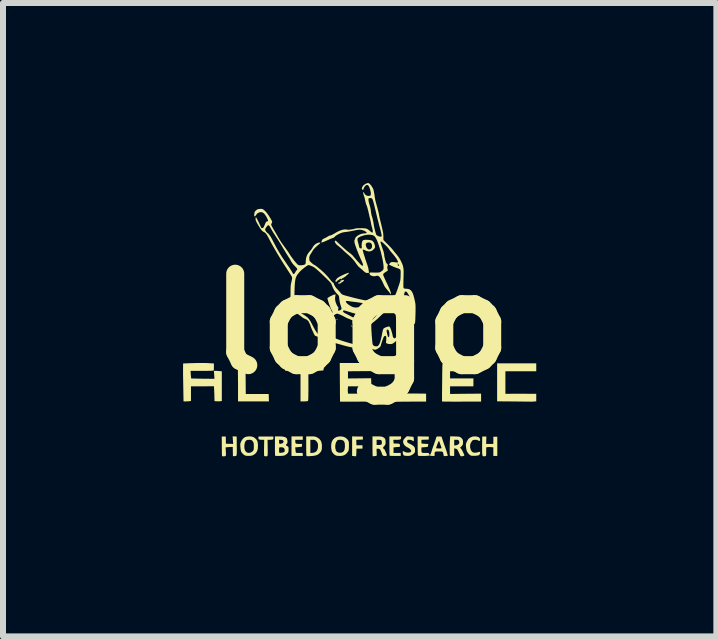
<source format=kicad_pcb>
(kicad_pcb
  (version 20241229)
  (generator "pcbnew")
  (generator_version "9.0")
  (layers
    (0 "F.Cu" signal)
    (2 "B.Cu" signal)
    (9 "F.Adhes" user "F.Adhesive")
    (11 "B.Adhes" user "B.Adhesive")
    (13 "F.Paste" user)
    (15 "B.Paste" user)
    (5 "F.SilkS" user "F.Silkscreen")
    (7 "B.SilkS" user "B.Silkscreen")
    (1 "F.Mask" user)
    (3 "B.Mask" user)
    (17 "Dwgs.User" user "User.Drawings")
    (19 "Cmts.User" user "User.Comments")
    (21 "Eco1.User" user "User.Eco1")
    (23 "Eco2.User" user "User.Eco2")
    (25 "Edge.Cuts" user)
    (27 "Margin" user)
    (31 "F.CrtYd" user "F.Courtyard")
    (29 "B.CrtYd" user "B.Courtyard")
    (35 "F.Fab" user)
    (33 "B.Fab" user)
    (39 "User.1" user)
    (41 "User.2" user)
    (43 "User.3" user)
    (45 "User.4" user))
  (footprint "logo"
    (layer "F.Cu")
    (at 2.974 2.345)
    (property "Reference" "logo" (at 0 0 0) (layer "F.SilkS") (effects (font (size 1.524 1.524) (thickness 0.3))))
    (attr board_only exclude_from_pos_files exclude_from_bom)
    (fp_poly (pts (xy -0.128 0.077) (xy -0.127 0.085) (xy -0.128 0.086) (xy -0.131 0.085) (xy -0.132 0.082) (xy -0.129 0.076)) (stroke (width 0) (type solid)) (fill yes) (layer "F.SilkS"))
    (fp_poly (pts (xy -0.401 -0.072) (xy -0.398 -0.069) (xy -0.4 -0.064) (xy -0.404 -0.063) (xy -0.415 -0.066) (xy -0.417 -0.069) (xy -0.416 -0.074) (xy -0.412 -0.075)) (stroke (width 0) (type solid)) (fill yes) (layer "F.SilkS"))
    (fp_poly (pts (xy -0.351 -0.723) (xy -0.351 -0.722) (xy -0.356 -0.716) (xy -0.358 -0.715) (xy -0.362 -0.719) (xy -0.361 -0.722) (xy -0.355 -0.728) (xy -0.354 -0.728)) (stroke (width 0) (type solid)) (fill yes) (layer "F.SilkS"))
    (fp_poly (pts (xy 0.69 1.161) (xy 0.883 1.162) (xy 1.076 1.164) (xy 1.076 1.296) (xy 0.814 1.297) (xy 0.552 1.299) (xy 0.552 0.653) (xy 0.69 0.653)) (stroke (width 0) (type solid)) (fill yes) (layer "F.SilkS"))
    (fp_poly (pts (xy -0.17 0.029) (xy -0.16 0.038) (xy -0.15 0.049) (xy -0.145 0.057) (xy -0.145 0.06) (xy -0.151 0.057) (xy -0.162 0.048) (xy -0.166 0.044) (xy -0.176 0.032) (xy -0.179 0.026) (xy -0.178 0.025)) (stroke (width 0) (type solid)) (fill yes) (layer "F.SilkS"))
    (fp_poly (pts (xy -0.078 0.219) (xy -0.073 0.231) (xy -0.073 0.235) (xy -0.069 0.254) (xy -0.069 0.263) (xy -0.071 0.267) (xy -0.074 0.268) (xy -0.078 0.264) (xy -0.082 0.251) (xy -0.083 0.245) (xy -0.083 0.226) (xy -0.081 0.217)) (stroke (width 0) (type solid)) (fill yes) (layer "F.SilkS"))
    (fp_poly (pts (xy 0.803 -0.229) (xy 0.804 -0.227) (xy 0.805 -0.219) (xy 0.806 -0.203) (xy 0.807 -0.2) (xy 0.807 -0.184) (xy 0.804 -0.173) (xy 0.798 -0.171) (xy 0.793 -0.179) (xy 0.791 -0.193) (xy 0.792 -0.2) (xy 0.791 -0.211) (xy 0.782 -0.216) (xy 0.774 -0.22) (xy 0.774 -0.224) (xy 0.783 -0.228) (xy 0.794 -0.23)) (stroke (width 0) (type solid)) (fill yes) (layer "F.SilkS"))
    (fp_poly (pts (xy -0.067 1.878) (xy 0.022 1.879) (xy 0.022 1.929) (xy -0.033 1.931) (xy -0.088 1.933) (xy -0.087 1.978) (xy -0.085 2.024) (xy 0.016 2.024) (xy 0.016 2.08) (xy -0.085 2.081) (xy -0.086 2.145) (xy -0.088 2.174) (xy -0.089 2.192) (xy -0.091 2.203) (xy -0.095 2.207) (xy -0.099 2.208) (xy -0.112 2.206) (xy -0.131 2.204) (xy -0.133 2.204) (xy -0.157 2.202) (xy -0.157 1.876)) (stroke (width 0) (type solid)) (fill yes) (layer "F.SilkS"))
    (fp_poly (pts (xy 2.911 0.791) (xy 2.397 0.791) (xy 2.397 1.167) (xy 2.493 1.166) (xy 2.527 1.165) (xy 2.571 1.165) (xy 2.621 1.165) (xy 2.673 1.165) (xy 2.725 1.165) (xy 2.75 1.166) (xy 2.911 1.167) (xy 2.911 1.292) (xy 2.872 1.295) (xy 2.846 1.297) (xy 2.821 1.298) (xy 2.808 1.298) (xy 2.796 1.297) (xy 2.774 1.297) (xy 2.741 1.296) (xy 2.701 1.296) (xy 2.654 1.295) (xy 2.602 1.295) (xy 2.546 1.294) (xy 2.521 1.294) (xy 2.259 1.292) (xy 2.259 0.659) (xy 2.911 0.659)) (stroke (width 0) (type solid)) (fill yes) (layer "F.SilkS"))
    (fp_poly (pts (xy -2.007 0.657) (xy -1.981 0.659) (xy -1.958 0.66) (xy -1.944 0.662) (xy -1.941 0.662) (xy -1.938 0.666) (xy -1.937 0.675) (xy -1.935 0.692) (xy -1.934 0.717) (xy -1.933 0.751) (xy -1.932 0.794) (xy -1.932 0.849) (xy -1.931 0.915) (xy -1.931 0.917) (xy -1.929 1.17) (xy -1.547 1.17) (xy -1.545 1.231) (xy -1.543 1.293) (xy -2.058 1.293) (xy -2.058 1.046) (xy -2.058 0.988) (xy -2.059 0.931) (xy -2.059 0.877) (xy -2.06 0.828) (xy -2.06 0.785) (xy -2.061 0.751) (xy -2.062 0.728) (xy -2.062 0.727) (xy -2.066 0.655)) (stroke (width 0) (type solid)) (fill yes) (layer "F.SilkS"))
    (fp_poly (pts (xy -0.979 1.933) (xy -1.104 1.933) (xy -1.104 1.955) (xy -1.103 1.976) (xy -1.098 1.99) (xy -1.087 1.998) (xy -1.067 2.001) (xy -1.041 2.002) (xy -0.991 2.002) (xy -0.993 2.025) (xy -0.995 2.049) (xy -1.05 2.054) (xy -1.106 2.06) (xy -1.101 2.101) (xy -1.099 2.123) (xy -1.096 2.14) (xy -1.094 2.148) (xy -1.086 2.15) (xy -1.07 2.152) (xy -1.049 2.152) (xy -1.018 2.152) (xy -0.998 2.152) (xy -0.987 2.153) (xy -0.981 2.158) (xy -0.979 2.165) (xy -0.979 2.176) (xy -0.979 2.177) (xy -0.979 2.202) (xy -1.167 2.202) (xy -1.167 1.876) (xy -0.979 1.876)) (stroke (width 0) (type solid)) (fill yes) (layer "F.SilkS"))
    (fp_poly (pts (xy -1.469 1.901) (xy -1.469 1.916) (xy -1.475 1.925) (xy -1.487 1.93) (xy -1.509 1.932) (xy -1.525 1.933) (xy -1.566 1.933) (xy -1.564 2.065) (xy -1.563 2.112) (xy -1.563 2.147) (xy -1.564 2.173) (xy -1.565 2.19) (xy -1.567 2.2) (xy -1.57 2.203) (xy -1.584 2.208) (xy -1.601 2.208) (xy -1.615 2.205) (xy -1.623 2.2) (xy -1.624 2.191) (xy -1.624 2.171) (xy -1.625 2.144) (xy -1.625 2.109) (xy -1.624 2.071) (xy -1.624 2.062) (xy -1.622 1.933) (xy -1.664 1.933) (xy -1.691 1.931) (xy -1.709 1.926) (xy -1.717 1.916) (xy -1.718 1.9) (xy -1.718 1.897) (xy -1.716 1.879) (xy -1.471 1.879)) (stroke (width 0) (type solid)) (fill yes) (layer "F.SilkS"))
    (fp_poly (pts (xy 2.078 1.94) (xy 2.076 2.002) (xy 2.196 2.002) (xy 2.196 1.882) (xy 2.229 1.882) (xy 2.262 1.882) (xy 2.262 2.202) (xy 2.229 2.202) (xy 2.196 2.202) (xy 2.196 2.059) (xy 2.162 2.055) (xy 2.137 2.053) (xy 2.112 2.054) (xy 2.103 2.055) (xy 2.077 2.059) (xy 2.077 2.13) (xy 2.077 2.161) (xy 2.076 2.181) (xy 2.075 2.194) (xy 2.072 2.2) (xy 2.067 2.204) (xy 2.063 2.205) (xy 2.039 2.209) (xy 2.024 2.205) (xy 2.014 2.193) (xy 2.014 2.192) (xy 2.012 2.179) (xy 2.01 2.156) (xy 2.009 2.122) (xy 2.009 2.079) (xy 2.009 2.028) (xy 2.009 2.027) (xy 2.011 1.879) (xy 2.08 1.879)) (stroke (width 0) (type solid)) (fill yes) (layer "F.SilkS"))
    (fp_poly (pts (xy 0.292 0.787) (xy 0.033 0.789) (xy -0.226 0.791) (xy -0.226 0.911) (xy -0.033 0.909) (xy 0.16 0.907) (xy 0.162 0.974) (xy 0.164 1.042) (xy -0.224 1.042) (xy -0.228 1.073) (xy -0.229 1.099) (xy -0.229 1.127) (xy -0.228 1.134) (xy -0.225 1.164) (xy 0.292 1.164) (xy 0.292 1.296) (xy -0.033 1.297) (xy -0.095 1.298) (xy -0.154 1.298) (xy -0.208 1.298) (xy -0.255 1.298) (xy -0.294 1.298) (xy -0.326 1.298) (xy -0.347 1.298) (xy -0.357 1.297) (xy -0.358 1.297) (xy -0.358 1.291) (xy -0.359 1.273) (xy -0.359 1.245) (xy -0.359 1.208) (xy -0.36 1.163) (xy -0.36 1.112) (xy -0.36 1.055) (xy -0.361 0.994) (xy -0.361 0.974) (xy -0.363 0.653) (xy 0.295 0.653)) (stroke (width 0) (type solid)) (fill yes) (layer "F.SilkS"))
    (fp_poly (pts (xy -0.799 0.654) (xy -0.752 0.654) (xy -0.711 0.654) (xy -0.68 0.655) (xy -0.658 0.655) (xy -0.647 0.656) (xy -0.647 0.656) (xy -0.626 0.66) (xy -0.629 0.716) (xy -0.63 0.741) (xy -0.633 0.762) (xy -0.635 0.774) (xy -0.636 0.776) (xy -0.644 0.778) (xy -0.662 0.78) (xy -0.688 0.781) (xy -0.721 0.783) (xy -0.759 0.784) (xy -0.763 0.784) (xy -0.886 0.787) (xy -0.885 1.032) (xy -0.885 1.101) (xy -0.886 1.158) (xy -0.886 1.204) (xy -0.887 1.239) (xy -0.888 1.263) (xy -0.89 1.278) (xy -0.892 1.284) (xy -0.9 1.289) (xy -0.918 1.291) (xy -0.946 1.293) (xy -0.958 1.293) (xy -1.017 1.293) (xy -1.017 0.785) (xy -1.275 0.781) (xy -1.275 0.718) (xy -1.276 0.656) (xy -0.972 0.654) (xy -0.911 0.654) (xy -0.853 0.654)) (stroke (width 0) (type solid)) (fill yes) (layer "F.SilkS"))
    (fp_poly (pts (xy 0.659 1.892) (xy 0.658 1.91) (xy 0.653 1.921) (xy 0.641 1.928) (xy 0.622 1.932) (xy 0.593 1.933) (xy 0.588 1.933) (xy 0.53 1.933) (xy 0.532 1.964) (xy 0.535 1.995) (xy 0.573 1.995) (xy 0.603 1.996) (xy 0.622 1.998) (xy 0.634 2.004) (xy 0.639 2.013) (xy 0.64 2.027) (xy 0.64 2.027) (xy 0.639 2.043) (xy 0.635 2.05) (xy 0.624 2.052) (xy 0.62 2.052) (xy 0.601 2.053) (xy 0.577 2.055) (xy 0.566 2.056) (xy 0.533 2.06) (xy 0.533 2.152) (xy 0.653 2.152) (xy 0.653 2.202) (xy 0.563 2.202) (xy 0.53 2.202) (xy 0.502 2.201) (xy 0.482 2.2) (xy 0.47 2.199) (xy 0.469 2.198) (xy 0.467 2.191) (xy 0.466 2.173) (xy 0.465 2.146) (xy 0.465 2.112) (xy 0.464 2.071) (xy 0.464 2.035) (xy 0.464 1.876) (xy 0.659 1.876)) (stroke (width 0) (type solid)) (fill yes) (layer "F.SilkS"))
    (fp_poly (pts (xy -0.29 -0.728) (xy -0.298 -0.716) (xy -0.307 -0.706) (xy -0.319 -0.696) (xy -0.326 -0.693) (xy -0.326 -0.693) (xy -0.329 -0.694) (xy -0.334 -0.688) (xy -0.345 -0.678) (xy -0.352 -0.675) (xy -0.366 -0.67) (xy -0.372 -0.666) (xy -0.382 -0.662) (xy -0.386 -0.665) (xy -0.386 -0.666) (xy -0.381 -0.666) (xy -0.38 -0.665) (xy -0.375 -0.67) (xy -0.373 -0.671) (xy -0.372 -0.677) (xy -0.373 -0.678) (xy -0.378 -0.673) (xy -0.38 -0.671) (xy -0.381 -0.666) (xy -0.386 -0.666) (xy -0.386 -0.675) (xy -0.383 -0.68) (xy -0.38 -0.69) (xy -0.381 -0.694) (xy -0.381 -0.695) (xy -0.375 -0.691) (xy -0.367 -0.686) (xy -0.364 -0.69) (xy -0.364 -0.693) (xy -0.359 -0.701) (xy -0.355 -0.703) (xy -0.346 -0.708) (xy -0.342 -0.714) (xy -0.336 -0.724) (xy -0.331 -0.726) (xy -0.319 -0.728) (xy -0.306 -0.731) (xy -0.293 -0.733)) (stroke (width 0) (type solid)) (fill yes) (layer "F.SilkS"))
    (fp_poly (pts (xy -2.114 1.877) (xy -2.08 1.879) (xy -2.079 2.038) (xy -2.078 2.088) (xy -2.078 2.127) (xy -2.079 2.156) (xy -2.08 2.176) (xy -2.083 2.19) (xy -2.087 2.199) (xy -2.094 2.203) (xy -2.102 2.204) (xy -2.114 2.205) (xy -2.12 2.205) (xy -2.143 2.206) (xy -2.146 2.052) (xy -2.173 2.052) (xy -2.196 2.053) (xy -2.222 2.055) (xy -2.232 2.056) (xy -2.265 2.06) (xy -2.261 2.129) (xy -2.26 2.16) (xy -2.259 2.181) (xy -2.261 2.194) (xy -2.264 2.201) (xy -2.266 2.203) (xy -2.278 2.207) (xy -2.295 2.208) (xy -2.311 2.208) (xy -2.323 2.205) (xy -2.324 2.203) (xy -2.325 2.196) (xy -2.326 2.178) (xy -2.327 2.15) (xy -2.327 2.115) (xy -2.328 2.075) (xy -2.328 2.039) (xy -2.329 1.879) (xy -2.262 1.879) (xy -2.261 1.939) (xy -2.26 1.998) (xy -2.199 2) (xy -2.139 2.002) (xy -2.148 1.875)) (stroke (width 0) (type solid)) (fill yes) (layer "F.SilkS"))
    (fp_poly (pts (xy -0.208 -0.85) (xy -0.21 -0.844) (xy -0.22 -0.832) (xy -0.235 -0.818) (xy -0.253 -0.802) (xy -0.271 -0.787) (xy -0.288 -0.775) (xy -0.3 -0.769) (xy -0.315 -0.76) (xy -0.325 -0.752) (xy -0.326 -0.749) (xy -0.33 -0.741) (xy -0.333 -0.74) (xy -0.337 -0.744) (xy -0.336 -0.746) (xy -0.337 -0.754) (xy -0.339 -0.756) (xy -0.345 -0.755) (xy -0.345 -0.753) (xy -0.35 -0.748) (xy -0.352 -0.748) (xy -0.361 -0.746) (xy -0.374 -0.737) (xy -0.379 -0.733) (xy -0.392 -0.723) (xy -0.401 -0.719) (xy -0.403 -0.719) (xy -0.409 -0.717) (xy -0.412 -0.71) (xy -0.417 -0.7) (xy -0.423 -0.696) (xy -0.427 -0.702) (xy -0.427 -0.703) (xy -0.431 -0.707) (xy -0.433 -0.706) (xy -0.439 -0.705) (xy -0.438 -0.711) (xy -0.432 -0.723) (xy -0.423 -0.737) (xy -0.412 -0.752) (xy -0.404 -0.76) (xy -0.389 -0.771) (xy -0.368 -0.784) (xy -0.341 -0.798) (xy -0.312 -0.812) (xy -0.283 -0.826) (xy -0.255 -0.837) (xy -0.232 -0.846) (xy -0.215 -0.85)) (stroke (width 0) (type solid)) (fill yes) (layer "F.SilkS"))
    (fp_poly (pts (xy 1.365 0.656) (xy 1.385 0.657) (xy 1.414 0.657) (xy 1.453 0.657) (xy 1.499 0.657) (xy 1.551 0.657) (xy 1.609 0.658) (xy 1.67 0.658) (xy 1.682 0.658) (xy 1.995 0.659) (xy 1.995 0.791) (xy 1.475 0.791) (xy 1.475 0.91) (xy 1.864 0.91) (xy 1.864 1.042) (xy 1.475 1.042) (xy 1.475 1.169) (xy 1.733 1.166) (xy 1.992 1.164) (xy 1.992 1.296) (xy 1.668 1.297) (xy 1.605 1.298) (xy 1.547 1.298) (xy 1.493 1.297) (xy 1.446 1.297) (xy 1.406 1.297) (xy 1.375 1.296) (xy 1.353 1.295) (xy 1.343 1.295) (xy 1.342 1.294) (xy 1.341 1.287) (xy 1.341 1.269) (xy 1.341 1.24) (xy 1.341 1.203) (xy 1.341 1.158) (xy 1.342 1.106) (xy 1.342 1.049) (xy 1.343 0.988) (xy 1.343 0.973) (xy 1.344 0.901) (xy 1.344 0.842) (xy 1.345 0.792) (xy 1.346 0.753) (xy 1.346 0.721) (xy 1.347 0.698) (xy 1.348 0.68) (xy 1.35 0.669) (xy 1.351 0.661) (xy 1.353 0.658) (xy 1.356 0.656) (xy 1.357 0.656)) (stroke (width 0) (type solid)) (fill yes) (layer "F.SilkS"))
    (fp_poly (pts (xy -0.816 1.876) (xy -0.792 1.877) (xy -0.775 1.88) (xy -0.761 1.884) (xy -0.746 1.89) (xy -0.74 1.893) (xy -0.706 1.916) (xy -0.682 1.943) (xy -0.667 1.978) (xy -0.66 2.02) (xy -0.661 2.071) (xy -0.661 2.076) (xy -0.665 2.101) (xy -0.671 2.12) (xy -0.682 2.137) (xy -0.689 2.145) (xy -0.71 2.167) (xy -0.735 2.183) (xy -0.765 2.194) (xy -0.803 2.201) (xy -0.845 2.204) (xy -0.875 2.206) (xy -0.896 2.206) (xy -0.908 2.205) (xy -0.914 2.203) (xy -0.917 2.198) (xy -0.919 2.194) (xy -0.92 2.184) (xy -0.921 2.164) (xy -0.921 2.152) (xy -0.853 2.152) (xy -0.833 2.152) (xy -0.812 2.15) (xy -0.79 2.146) (xy -0.79 2.146) (xy -0.761 2.132) (xy -0.741 2.11) (xy -0.73 2.078) (xy -0.727 2.063) (xy -0.725 2.028) (xy -0.727 2.002) (xy -0.735 1.981) (xy -0.748 1.962) (xy -0.753 1.957) (xy -0.767 1.943) (xy -0.778 1.936) (xy -0.793 1.933) (xy -0.814 1.933) (xy -0.853 1.933) (xy -0.853 2.152) (xy -0.921 2.152) (xy -0.921 2.134) (xy -0.922 2.098) (xy -0.922 2.057) (xy -0.922 2.028) (xy -0.922 1.876) (xy -0.848 1.876)) (stroke (width 0) (type solid)) (fill yes) (layer "F.SilkS"))
    (fp_poly (pts (xy 1.926 1.88) (xy 1.953 1.89) (xy 1.97 1.908) (xy 1.976 1.932) (xy 1.977 1.935) (xy 1.974 1.948) (xy 1.964 1.951) (xy 1.962 1.951) (xy 1.947 1.948) (xy 1.939 1.942) (xy 1.926 1.935) (xy 1.902 1.933) (xy 1.895 1.933) (xy 1.873 1.934) (xy 1.859 1.937) (xy 1.848 1.945) (xy 1.843 1.95) (xy 1.821 1.982) (xy 1.809 2.019) (xy 1.809 2.059) (xy 1.817 2.091) (xy 1.831 2.12) (xy 1.85 2.139) (xy 1.875 2.148) (xy 1.907 2.147) (xy 1.94 2.14) (xy 1.958 2.135) (xy 1.971 2.134) (xy 1.974 2.135) (xy 1.977 2.145) (xy 1.974 2.161) (xy 1.967 2.177) (xy 1.958 2.188) (xy 1.957 2.189) (xy 1.944 2.193) (xy 1.923 2.197) (xy 1.897 2.199) (xy 1.87 2.2) (xy 1.845 2.2) (xy 1.828 2.198) (xy 1.811 2.19) (xy 1.791 2.174) (xy 1.773 2.152) (xy 1.758 2.13) (xy 1.758 2.129) (xy 1.749 2.104) (xy 1.743 2.071) (xy 1.741 2.053) (xy 1.739 2.027) (xy 1.739 2.008) (xy 1.743 1.992) (xy 1.75 1.973) (xy 1.753 1.967) (xy 1.767 1.939) (xy 1.78 1.92) (xy 1.795 1.906) (xy 1.816 1.894) (xy 1.821 1.891) (xy 1.849 1.88) (xy 1.881 1.876) (xy 1.889 1.876)) (stroke (width 0) (type solid)) (fill yes) (layer "F.SilkS"))
    (fp_poly (pts (xy -0.308 1.881) (xy -0.269 1.897) (xy -0.239 1.922) (xy -0.229 1.934) (xy -0.221 1.946) (xy -0.216 1.957) (xy -0.212 1.969) (xy -0.211 1.986) (xy -0.21 2.011) (xy -0.21 2.033) (xy -0.211 2.066) (xy -0.212 2.089) (xy -0.214 2.105) (xy -0.218 2.117) (xy -0.222 2.124) (xy -0.248 2.159) (xy -0.275 2.182) (xy -0.306 2.196) (xy -0.343 2.202) (xy -0.359 2.202) (xy -0.385 2.201) (xy -0.408 2.199) (xy -0.424 2.196) (xy -0.446 2.184) (xy -0.468 2.165) (xy -0.486 2.141) (xy -0.494 2.127) (xy -0.499 2.11) (xy -0.503 2.085) (xy -0.506 2.058) (xy -0.506 2.058) (xy -0.506 2.044) (xy -0.439 2.044) (xy -0.436 2.078) (xy -0.428 2.108) (xy -0.414 2.13) (xy -0.412 2.132) (xy -0.39 2.145) (xy -0.363 2.149) (xy -0.335 2.147) (xy -0.31 2.136) (xy -0.308 2.135) (xy -0.292 2.117) (xy -0.282 2.09) (xy -0.277 2.053) (xy -0.277 2.034) (xy -0.279 1.995) (xy -0.287 1.966) (xy -0.303 1.947) (xy -0.326 1.936) (xy -0.357 1.933) (xy -0.358 1.933) (xy -0.38 1.933) (xy -0.393 1.937) (xy -0.404 1.944) (xy -0.41 1.952) (xy -0.426 1.977) (xy -0.435 2.009) (xy -0.439 2.044) (xy -0.506 2.044) (xy -0.505 2.007) (xy -0.495 1.964) (xy -0.475 1.929) (xy -0.446 1.902) (xy -0.41 1.884) (xy -0.366 1.877) (xy -0.353 1.876)) (stroke (width 0) (type solid)) (fill yes) (layer "F.SilkS"))
    (fp_poly (pts (xy 1.556 1.877) (xy 1.589 1.878) (xy 1.613 1.88) (xy 1.629 1.882) (xy 1.64 1.886) (xy 1.649 1.891) (xy 1.653 1.894) (xy 1.673 1.912) (xy 1.685 1.931) (xy 1.69 1.954) (xy 1.691 1.975) (xy 1.69 1.997) (xy 1.687 2.012) (xy 1.68 2.024) (xy 1.667 2.039) (xy 1.642 2.064) (xy 1.659 2.083) (xy 1.672 2.102) (xy 1.684 2.124) (xy 1.688 2.132) (xy 1.697 2.152) (xy 1.704 2.168) (xy 1.707 2.173) (xy 1.713 2.188) (xy 1.708 2.198) (xy 1.692 2.204) (xy 1.689 2.205) (xy 1.668 2.208) (xy 1.655 2.206) (xy 1.647 2.199) (xy 1.639 2.183) (xy 1.637 2.179) (xy 1.622 2.145) (xy 1.608 2.117) (xy 1.597 2.098) (xy 1.59 2.089) (xy 1.579 2.084) (xy 1.563 2.079) (xy 1.544 2.075) (xy 1.544 2.202) (xy 1.51 2.202) (xy 1.488 2.201) (xy 1.476 2.197) (xy 1.472 2.192) (xy 1.47 2.182) (xy 1.469 2.161) (xy 1.469 2.132) (xy 1.468 2.097) (xy 1.469 2.059) (xy 1.469 2.028) (xy 1.544 2.028) (xy 1.57 2.025) (xy 1.591 2.02) (xy 1.609 2.011) (xy 1.612 2.009) (xy 1.627 1.992) (xy 1.63 1.97) (xy 1.622 1.949) (xy 1.614 1.939) (xy 1.603 1.934) (xy 1.586 1.933) (xy 1.577 1.933) (xy 1.544 1.933) (xy 1.544 2.028) (xy 1.469 2.028) (xy 1.469 2.02) (xy 1.47 1.982) (xy 1.472 1.947) (xy 1.472 1.943) (xy 1.477 1.875)) (stroke (width 0) (type solid)) (fill yes) (layer "F.SilkS"))
    (fp_poly (pts (xy -1.835 1.878) (xy -1.806 1.886) (xy -1.781 1.901) (xy -1.762 1.918) (xy -1.745 1.938) (xy -1.735 1.958) (xy -1.729 1.983) (xy -1.726 2.015) (xy -1.726 2.037) (xy -1.729 2.085) (xy -1.741 2.125) (xy -1.762 2.156) (xy -1.792 2.18) (xy -1.81 2.19) (xy -1.834 2.198) (xy -1.866 2.201) (xy -1.899 2.201) (xy -1.929 2.198) (xy -1.936 2.196) (xy -1.957 2.185) (xy -1.979 2.166) (xy -1.998 2.143) (xy -2.007 2.127) (xy -2.011 2.111) (xy -2.015 2.086) (xy -2.018 2.058) (xy -2.019 2.049) (xy -2.019 2.038) (xy -1.953 2.038) (xy -1.951 2.074) (xy -1.943 2.105) (xy -1.929 2.129) (xy -1.911 2.143) (xy -1.911 2.143) (xy -1.893 2.15) (xy -1.877 2.151) (xy -1.858 2.148) (xy -1.85 2.146) (xy -1.83 2.136) (xy -1.812 2.122) (xy -1.811 2.12) (xy -1.803 2.11) (xy -1.798 2.099) (xy -1.796 2.085) (xy -1.795 2.063) (xy -1.795 2.045) (xy -1.795 2.012) (xy -1.798 1.988) (xy -1.804 1.97) (xy -1.815 1.955) (xy -1.822 1.947) (xy -1.831 1.939) (xy -1.844 1.934) (xy -1.864 1.933) (xy -1.873 1.933) (xy -1.902 1.935) (xy -1.922 1.944) (xy -1.936 1.961) (xy -1.946 1.988) (xy -1.949 2.001) (xy -1.953 2.038) (xy -2.019 2.038) (xy -2.02 2.021) (xy -2.02 2.002) (xy -2.017 1.987) (xy -2.01 1.971) (xy -2.001 1.951) (xy -1.979 1.918) (xy -1.953 1.895) (xy -1.922 1.882) (xy -1.882 1.876) (xy -1.872 1.876)) (stroke (width 0) (type solid)) (fill yes) (layer "F.SilkS"))
    (fp_poly (pts (xy 0.808 1.878) (xy 0.832 1.88) (xy 0.852 1.882) (xy 0.863 1.884) (xy 0.864 1.885) (xy 0.867 1.893) (xy 0.87 1.909) (xy 0.871 1.927) (xy 0.871 1.944) (xy 0.869 1.955) (xy 0.868 1.958) (xy 0.859 1.954) (xy 0.846 1.946) (xy 0.845 1.945) (xy 0.826 1.936) (xy 0.8 1.933) (xy 0.798 1.933) (xy 0.778 1.933) (xy 0.768 1.936) (xy 0.763 1.943) (xy 0.762 1.948) (xy 0.76 1.962) (xy 0.763 1.974) (xy 0.774 1.984) (xy 0.793 1.995) (xy 0.811 2.003) (xy 0.837 2.017) (xy 0.859 2.032) (xy 0.874 2.045) (xy 0.884 2.059) (xy 0.889 2.072) (xy 0.891 2.092) (xy 0.891 2.105) (xy 0.891 2.127) (xy 0.888 2.141) (xy 0.881 2.152) (xy 0.868 2.165) (xy 0.863 2.17) (xy 0.836 2.188) (xy 0.806 2.199) (xy 0.771 2.202) (xy 0.727 2.199) (xy 0.72 2.198) (xy 0.706 2.193) (xy 0.698 2.188) (xy 0.694 2.178) (xy 0.69 2.162) (xy 0.687 2.145) (xy 0.687 2.13) (xy 0.688 2.121) (xy 0.689 2.121) (xy 0.697 2.124) (xy 0.711 2.13) (xy 0.718 2.134) (xy 0.749 2.145) (xy 0.782 2.147) (xy 0.811 2.141) (xy 0.825 2.131) (xy 0.828 2.117) (xy 0.821 2.101) (xy 0.806 2.084) (xy 0.783 2.068) (xy 0.765 2.059) (xy 0.735 2.042) (xy 0.712 2.018) (xy 0.697 1.991) (xy 0.692 1.964) (xy 0.697 1.939) (xy 0.706 1.924) (xy 0.721 1.906) (xy 0.73 1.897) (xy 0.755 1.874)) (stroke (width 0) (type solid)) (fill yes) (layer "F.SilkS"))
    (fp_poly (pts (xy -2.578 0.654) (xy -2.53 0.657) (xy -2.46 0.661) (xy -2.46 0.719) (xy -2.46 0.747) (xy -2.461 0.765) (xy -2.464 0.776) (xy -2.469 0.78) (xy -2.47 0.781) (xy -2.478 0.781) (xy -2.498 0.782) (xy -2.526 0.783) (xy -2.563 0.784) (xy -2.605 0.784) (xy -2.651 0.784) (xy -2.664 0.784) (xy -2.849 0.784) (xy -2.845 0.846) (xy -2.843 0.872) (xy -2.841 0.893) (xy -2.839 0.907) (xy -2.838 0.91) (xy -2.831 0.911) (xy -2.814 0.912) (xy -2.786 0.912) (xy -2.751 0.913) (xy -2.71 0.914) (xy -2.663 0.915) (xy -2.643 0.915) (xy -2.451 0.917) (xy -2.455 0.851) (xy -2.46 0.784) (xy -2.432 0.784) (xy -2.41 0.785) (xy -2.383 0.787) (xy -2.366 0.788) (xy -2.328 0.792) (xy -2.328 1.286) (xy -2.348 1.29) (xy -2.366 1.291) (xy -2.39 1.292) (xy -2.409 1.291) (xy -2.45 1.289) (xy -2.453 1.164) (xy -2.455 1.126) (xy -2.456 1.093) (xy -2.458 1.066) (xy -2.459 1.048) (xy -2.461 1.04) (xy -2.461 1.04) (xy -2.468 1.04) (xy -2.487 1.041) (xy -2.514 1.041) (xy -2.55 1.041) (xy -2.591 1.042) (xy -2.637 1.042) (xy -2.654 1.042) (xy -2.842 1.042) (xy -2.842 1.285) (xy -2.862 1.289) (xy -2.879 1.291) (xy -2.902 1.292) (xy -2.924 1.293) (xy -2.966 1.293) (xy -2.97 1.068) (xy -2.971 1.011) (xy -2.972 0.954) (xy -2.973 0.899) (xy -2.974 0.849) (xy -2.974 0.804) (xy -2.974 0.769) (xy -2.974 0.752) (xy -2.973 0.661) (xy -2.869 0.657) (xy -2.764 0.654) (xy -2.666 0.653)) (stroke (width 0) (type solid)) (fill yes) (layer "F.SilkS"))
    (fp_poly (pts (xy 0.292 1.876) (xy 0.317 1.878) (xy 0.335 1.88) (xy 0.349 1.885) (xy 0.357 1.888) (xy 0.378 1.901) (xy 0.39 1.914) (xy 0.397 1.932) (xy 0.4 1.954) (xy 0.401 1.984) (xy 0.398 2.006) (xy 0.389 2.024) (xy 0.377 2.038) (xy 0.362 2.056) (xy 0.359 2.07) (xy 0.366 2.081) (xy 0.373 2.087) (xy 0.385 2.096) (xy 0.389 2.104) (xy 0.392 2.114) (xy 0.398 2.13) (xy 0.405 2.143) (xy 0.417 2.17) (xy 0.421 2.188) (xy 0.417 2.198) (xy 0.404 2.203) (xy 0.381 2.203) (xy 0.38 2.202) (xy 0.36 2.198) (xy 0.348 2.187) (xy 0.342 2.169) (xy 0.336 2.152) (xy 0.327 2.13) (xy 0.321 2.117) (xy 0.311 2.098) (xy 0.303 2.088) (xy 0.292 2.083) (xy 0.282 2.082) (xy 0.265 2.081) (xy 0.254 2.081) (xy 0.253 2.082) (xy 0.251 2.088) (xy 0.25 2.104) (xy 0.251 2.127) (xy 0.252 2.135) (xy 0.253 2.165) (xy 0.253 2.185) (xy 0.251 2.196) (xy 0.246 2.201) (xy 0.239 2.202) (xy 0.224 2.204) (xy 0.209 2.206) (xy 0.195 2.207) (xy 0.187 2.205) (xy 0.185 2.198) (xy 0.184 2.18) (xy 0.183 2.152) (xy 0.183 2.118) (xy 0.182 2.077) (xy 0.182 2.038) (xy 0.182 2.02) (xy 0.251 2.02) (xy 0.279 2.02) (xy 0.3 2.019) (xy 0.319 2.016) (xy 0.323 2.014) (xy 0.333 2.008) (xy 0.338 1.998) (xy 0.339 1.983) (xy 0.337 1.958) (xy 0.331 1.943) (xy 0.317 1.935) (xy 0.294 1.933) (xy 0.288 1.933) (xy 0.251 1.933) (xy 0.251 2.02) (xy 0.182 2.02) (xy 0.182 1.876) (xy 0.258 1.876)) (stroke (width 0) (type solid)) (fill yes) (layer "F.SilkS"))
    (fp_poly (pts (xy -1.373 1.876) (xy -1.327 1.878) (xy -1.292 1.883) (xy -1.267 1.891) (xy -1.25 1.904) (xy -1.24 1.923) (xy -1.235 1.948) (xy -1.234 1.957) (xy -1.234 1.978) (xy -1.238 1.991) (xy -1.245 2) (xy -1.247 2.002) (xy -1.259 2.014) (xy -1.259 2.024) (xy -1.247 2.033) (xy -1.239 2.037) (xy -1.224 2.046) (xy -1.218 2.058) (xy -1.216 2.07) (xy -1.216 2.102) (xy -1.217 2.124) (xy -1.222 2.141) (xy -1.231 2.155) (xy -1.242 2.166) (xy -1.261 2.181) (xy -1.282 2.192) (xy -1.29 2.196) (xy -1.306 2.198) (xy -1.329 2.2) (xy -1.355 2.202) (xy -1.383 2.202) (xy -1.408 2.202) (xy -1.427 2.201) (xy -1.438 2.199) (xy -1.439 2.198) (xy -1.44 2.191) (xy -1.441 2.173) (xy -1.442 2.146) (xy -1.443 2.112) (xy -1.443 2.101) (xy -1.374 2.101) (xy -1.374 2.123) (xy -1.372 2.14) (xy -1.369 2.149) (xy -1.36 2.151) (xy -1.343 2.15) (xy -1.323 2.147) (xy -1.302 2.142) (xy -1.297 2.14) (xy -1.286 2.134) (xy -1.281 2.123) (xy -1.28 2.109) (xy -1.284 2.084) (xy -1.297 2.067) (xy -1.318 2.059) (xy -1.33 2.058) (xy -1.353 2.057) (xy -1.366 2.059) (xy -1.372 2.066) (xy -1.374 2.081) (xy -1.374 2.101) (xy -1.443 2.101) (xy -1.443 2.071) (xy -1.443 2.035) (xy -1.443 1.932) (xy -1.374 1.932) (xy -1.374 1.963) (xy -1.373 1.985) (xy -1.369 1.997) (xy -1.359 2.001) (xy -1.341 1.998) (xy -1.329 1.995) (xy -1.311 1.987) (xy -1.302 1.976) (xy -1.301 1.972) (xy -1.3 1.954) (xy -1.308 1.942) (xy -1.326 1.936) (xy -1.342 1.934) (xy -1.374 1.932) (xy -1.443 1.932) (xy -1.443 1.876)) (stroke (width 0) (type solid)) (fill yes) (layer "F.SilkS"))
    (fp_poly (pts (xy 1.12 1.879) (xy 1.12 1.929) (xy 1.059 1.931) (xy 0.998 1.933) (xy 0.998 1.994) (xy 1.031 1.998) (xy 1.055 2) (xy 1.079 2.001) (xy 1.088 2.002) (xy 1.112 2.002) (xy 1.109 2.024) (xy 1.106 2.04) (xy 1.103 2.049) (xy 1.102 2.05) (xy 1.095 2.051) (xy 1.079 2.053) (xy 1.056 2.055) (xy 1.049 2.056) (xy 0.998 2.06) (xy 0.998 2.102) (xy 0.998 2.124) (xy 1 2.138) (xy 1.007 2.146) (xy 1.02 2.151) (xy 1.041 2.152) (xy 1.07 2.152) (xy 1.095 2.152) (xy 1.111 2.154) (xy 1.12 2.156) (xy 1.124 2.161) (xy 1.126 2.168) (xy 1.132 2.18) (xy 1.138 2.184) (xy 1.143 2.182) (xy 1.147 2.178) (xy 1.152 2.168) (xy 1.158 2.152) (xy 1.167 2.127) (xy 1.177 2.093) (xy 1.183 2.073) (xy 1.242 2.073) (xy 1.248 2.075) (xy 1.262 2.076) (xy 1.282 2.077) (xy 1.302 2.077) (xy 1.319 2.076) (xy 1.33 2.074) (xy 1.332 2.073) (xy 1.332 2.066) (xy 1.327 2.051) (xy 1.324 2.04) (xy 1.315 2.016) (xy 1.306 1.99) (xy 1.304 1.983) (xy 1.298 1.966) (xy 1.291 1.955) (xy 1.289 1.953) (xy 1.285 1.958) (xy 1.278 1.972) (xy 1.27 1.991) (xy 1.261 2.014) (xy 1.252 2.037) (xy 1.246 2.056) (xy 1.243 2.07) (xy 1.242 2.073) (xy 1.183 2.073) (xy 1.186 2.066) (xy 1.194 2.042) (xy 1.201 2.025) (xy 1.203 2.02) (xy 1.209 2.005) (xy 1.211 1.995) (xy 1.214 1.983) (xy 1.22 1.969) (xy 1.226 1.954) (xy 1.233 1.932) (xy 1.237 1.919) (xy 1.242 1.9) (xy 1.248 1.886) (xy 1.252 1.881) (xy 1.262 1.878) (xy 1.279 1.877) (xy 1.299 1.877) (xy 1.318 1.878) (xy 1.331 1.881) (xy 1.333 1.882) (xy 1.337 1.892) (xy 1.343 1.908) (xy 1.345 1.918) (xy 1.351 1.936) (xy 1.36 1.962) (xy 1.37 1.993) (xy 1.38 2.02) (xy 1.395 2.061) (xy 1.408 2.1) (xy 1.419 2.134) (xy 1.428 2.163) (xy 1.434 2.184) (xy 1.437 2.196) (xy 1.436 2.198) (xy 1.428 2.201) (xy 1.413 2.203) (xy 1.395 2.204) (xy 1.38 2.205) (xy 1.372 2.204) (xy 1.371 2.203) (xy 1.369 2.195) (xy 1.365 2.179) (xy 1.364 2.174) (xy 1.36 2.153) (xy 1.355 2.139) (xy 1.345 2.131) (xy 1.33 2.128) (xy 1.306 2.127) (xy 1.293 2.127) (xy 1.261 2.127) (xy 1.24 2.129) (xy 1.227 2.133) (xy 1.22 2.14) (xy 1.218 2.152) (xy 1.217 2.169) (xy 1.217 2.202) (xy 1.184 2.202) (xy 1.164 2.201) (xy 1.149 2.198) (xy 1.144 2.196) (xy 1.134 2.192) (xy 1.124 2.196) (xy 1.113 2.198) (xy 1.091 2.2) (xy 1.062 2.202) (xy 1.027 2.202) (xy 0.993 2.202) (xy 0.97 2.202) (xy 0.955 2.201) (xy 0.946 2.198) (xy 0.941 2.195) (xy 0.939 2.189) (xy 0.939 2.188) (xy 0.938 2.178) (xy 0.937 2.157) (xy 0.936 2.128) (xy 0.935 2.092) (xy 0.935 2.051) (xy 0.935 2.025) (xy 0.935 1.876)) (stroke (width 0) (type solid)) (fill yes) (layer "F.SilkS"))
    (fp_poly (pts (xy 0.116 -2.344) (xy 0.13 -2.336) (xy 0.147 -2.319) (xy 0.165 -2.297) (xy 0.181 -2.272) (xy 0.194 -2.247) (xy 0.196 -2.242) (xy 0.202 -2.22) (xy 0.208 -2.19) (xy 0.214 -2.158) (xy 0.217 -2.139) (xy 0.22 -2.114) (xy 0.224 -2.093) (xy 0.227 -2.072) (xy 0.232 -2.05) (xy 0.238 -2.025) (xy 0.247 -1.993) (xy 0.258 -1.953) (xy 0.264 -1.933) (xy 0.272 -1.9) (xy 0.28 -1.869) (xy 0.287 -1.841) (xy 0.29 -1.826) (xy 0.293 -1.808) (xy 0.297 -1.786) (xy 0.303 -1.759) (xy 0.311 -1.725) (xy 0.321 -1.684) (xy 0.334 -1.632) (xy 0.342 -1.597) (xy 0.352 -1.554) (xy 0.359 -1.519) (xy 0.363 -1.488) (xy 0.364 -1.458) (xy 0.364 -1.453) (xy 0.364 -1.396) (xy 0.43 -1.33) (xy 0.457 -1.303) (xy 0.483 -1.276) (xy 0.506 -1.25) (xy 0.523 -1.23) (xy 0.526 -1.227) (xy 0.544 -1.203) (xy 0.564 -1.179) (xy 0.579 -1.161) (xy 0.612 -1.119) (xy 0.642 -1.073) (xy 0.666 -1.025) (xy 0.685 -0.98) (xy 0.69 -0.963) (xy 0.694 -0.945) (xy 0.697 -0.929) (xy 0.699 -0.912) (xy 0.701 -0.893) (xy 0.701 -0.87) (xy 0.701 -0.84) (xy 0.7 -0.802) (xy 0.699 -0.756) (xy 0.698 -0.705) (xy 0.697 -0.666) (xy 0.697 -0.637) (xy 0.698 -0.616) (xy 0.699 -0.602) (xy 0.702 -0.595) (xy 0.703 -0.593) (xy 0.715 -0.587) (xy 0.738 -0.584) (xy 0.746 -0.584) (xy 0.775 -0.581) (xy 0.799 -0.574) (xy 0.819 -0.56) (xy 0.837 -0.538) (xy 0.853 -0.509) (xy 0.867 -0.469) (xy 0.88 -0.419) (xy 0.89 -0.373) (xy 0.894 -0.354) (xy 0.897 -0.334) (xy 0.899 -0.313) (xy 0.9 -0.289) (xy 0.9 -0.258) (xy 0.9 -0.219) (xy 0.899 -0.17) (xy 0.899 -0.164) (xy 0.897 -0.108) (xy 0.896 -0.064) (xy 0.893 -0.032) (xy 0.891 -0.013) (xy 0.889 -0.005) (xy 0.88 0.001) (xy 0.864 0.011) (xy 0.849 0.021) (xy 0.827 0.036) (xy 0.801 0.055) (xy 0.781 0.072) (xy 0.746 0.103) (xy 0.71 0.09) (xy 0.688 0.081) (xy 0.674 0.071) (xy 0.665 0.058) (xy 0.658 0.044) (xy 0.652 0.038) (xy 0.651 0.038) (xy 0.646 0.043) (xy 0.643 0.058) (xy 0.642 0.078) (xy 0.644 0.101) (xy 0.648 0.118) (xy 0.652 0.141) (xy 0.653 0.16) (xy 0.65 0.182) (xy 0.648 0.192) (xy 0.641 0.217) (xy 0.632 0.234) (xy 0.618 0.25) (xy 0.613 0.255) (xy 0.585 0.279) (xy 0.559 0.301) (xy 0.536 0.319) (xy 0.519 0.33) (xy 0.518 0.331) (xy 0.499 0.337) (xy 0.472 0.338) (xy 0.445 0.335) (xy 0.429 0.33) (xy 0.407 0.32) (xy 0.411 0.274) (xy 0.413 0.241) (xy 0.412 0.219) (xy 0.407 0.207) (xy 0.398 0.201) (xy 0.393 0.201) (xy 0.381 0.205) (xy 0.37 0.22) (xy 0.367 0.224) (xy 0.361 0.24) (xy 0.352 0.263) (xy 0.343 0.29) (xy 0.334 0.316) (xy 0.326 0.34) (xy 0.321 0.359) (xy 0.32 0.367) (xy 0.315 0.378) (xy 0.301 0.392) (xy 0.282 0.407) (xy 0.261 0.42) (xy 0.241 0.429) (xy 0.225 0.433) (xy 0.225 0.433) (xy 0.214 0.431) (xy 0.197 0.426) (xy 0.185 0.423) (xy 0.16 0.416) (xy 0.132 0.408) (xy 0.117 0.403) (xy 0.09 0.396) (xy 0.065 0.394) (xy 0.045 0.396) (xy 0.023 0.399) (xy -0.006 0.4) (xy -0.039 0.401) (xy -0.06 0.402) (xy -0.087 0.401) (xy -0.114 0.4) (xy -0.141 0.396) (xy -0.172 0.391) (xy -0.207 0.384) (xy -0.248 0.374) (xy -0.297 0.361) (xy -0.356 0.344) (xy -0.373 0.339) (xy -0.41 0.329) (xy -0.444 0.32) (xy -0.472 0.313) (xy -0.492 0.309) (xy -0.502 0.307) (xy -0.526 0.304) (xy -0.559 0.293) (xy -0.602 0.275) (xy -0.654 0.251) (xy -0.657 0.249) (xy -0.687 0.235) (xy -0.715 0.222) (xy -0.738 0.212) (xy -0.753 0.207) (xy -0.769 0.202) (xy -0.779 0.193) (xy -0.788 0.179) (xy -0.794 0.167) (xy -0.804 0.144) (xy -0.817 0.116) (xy -0.828 0.092) (xy -0.837 0.071) (xy -0.844 0.054) (xy -0.847 0.045) (xy -0.847 0.045) (xy -0.85 0.033) (xy -0.857 0.015) (xy -0.867 -0.007) (xy -0.877 -0.028) (xy -0.887 -0.045) (xy -0.889 -0.048) (xy -0.91 -0.067) (xy -0.933 -0.078) (xy -0.955 -0.088) (xy -0.98 -0.102) (xy -0.995 -0.114) (xy -1.032 -0.143) (xy -1.064 -0.164) (xy -1.096 -0.181) (xy -1.112 -0.188) (xy -1.132 -0.197) (xy -1.148 -0.205) (xy -1.155 -0.21) (xy -1.161 -0.222) (xy -1.167 -0.243) (xy -1.175 -0.269) (xy -1.181 -0.297) (xy -1.186 -0.323) (xy -1.189 -0.344) (xy -1.188 -0.357) (xy -1.188 -0.358) (xy -1.187 -0.368) (xy -1.186 -0.39) (xy -1.185 -0.406) (xy -1.119 -0.406) (xy -1.119 -0.364) (xy -1.118 -0.333) (xy -1.117 -0.309) (xy -1.116 -0.292) (xy -1.114 -0.279) (xy -1.111 -0.271) (xy -1.109 -0.267) (xy -1.097 -0.25) (xy -1.075 -0.229) (xy -1.047 -0.206) (xy -1.013 -0.182) (xy -0.977 -0.158) (xy -0.969 -0.154) (xy -0.931 -0.129) (xy -0.901 -0.106) (xy -0.877 -0.08) (xy -0.855 -0.049) (xy -0.834 -0.01) (xy -0.83 -0.003) (xy -0.803 0.05) (xy -0.78 0.092) (xy -0.76 0.126) (xy -0.741 0.152) (xy -0.724 0.171) (xy -0.706 0.185) (xy -0.687 0.195) (xy -0.665 0.202) (xy -0.657 0.204) (xy -0.622 0.211) (xy -0.596 0.211) (xy -0.58 0.203) (xy -0.573 0.194) (xy -0.563 0.17) (xy -0.555 0.143) (xy -0.55 0.112) (xy -0.546 0.074) (xy -0.545 0.051) (xy -0.48 0.051) (xy -0.48 0.1) (xy -0.48 0.139) (xy -0.479 0.168) (xy -0.478 0.189) (xy -0.477 0.203) (xy -0.475 0.213) (xy -0.472 0.219) (xy -0.469 0.224) (xy -0.467 0.226) (xy -0.455 0.234) (xy -0.433 0.244) (xy -0.402 0.256) (xy -0.365 0.27) (xy -0.323 0.284) (xy -0.278 0.298) (xy -0.232 0.312) (xy -0.187 0.325) (xy -0.145 0.336) (xy -0.108 0.345) (xy -0.077 0.351) (xy -0.072 0.351) (xy -0.04 0.354) (xy -0.008 0.353) (xy 0.021 0.348) (xy 0.038 0.343) (xy 0.045 0.339) (xy 0.049 0.333) (xy 0.052 0.324) (xy 0.053 0.307) (xy 0.053 0.285) (xy 0.119 0.285) (xy 0.122 0.289) (xy 0.125 0.285) (xy 0.122 0.282) (xy 0.119 0.285) (xy 0.053 0.285) (xy 0.053 0.281) (xy 0.052 0.276) (xy 0.051 0.233) (xy 0.049 0.19) (xy 0.047 0.149) (xy 0.044 0.112) (xy 0.04 0.081) (xy 0.037 0.058) (xy 0.034 0.044) (xy 0.032 0.042) (xy 0.022 0.038) (xy 0.01 0.045) (xy -0.000237 0.061) (xy -0.003 0.068) (xy -0.01 0.081) (xy -0.025 0.099) (xy -0.043 0.119) (xy -0.049 0.125) (xy -0.068 0.144) (xy -0.08 0.158) (xy -0.086 0.169) (xy -0.088 0.181) (xy -0.088 0.186) (xy -0.088 0.21) (xy -0.101 0.183) (xy -0.109 0.159) (xy -0.114 0.135) (xy -0.115 0.129) (xy -0.116 0.112) (xy -0.113 0.105) (xy -0.107 0.105) (xy -0.107 0.105) (xy -0.095 0.102) (xy -0.083 0.091) (xy -0.073 0.076) (xy -0.069 0.059) (xy -0.069 0.058) (xy -0.066 0.042) (xy -0.059 0.025) (xy -0.054 0.011) (xy -0.055 0.002) (xy -0.065 -0.009) (xy -0.065 -0.009) (xy -0.081 -0.022) (xy -0.106 -0.037) (xy -0.139 -0.053) (xy -0.183 -0.071) (xy -0.2 -0.078) (xy -0.228 -0.089) (xy -0.254 -0.101) (xy -0.274 -0.111) (xy -0.281 -0.115) (xy -0.3 -0.125) (xy -0.323 -0.137) (xy -0.349 -0.149) (xy -0.373 -0.159) (xy -0.392 -0.166) (xy -0.404 -0.169) (xy -0.405 -0.169) (xy -0.422 -0.165) (xy -0.443 -0.154) (xy -0.461 -0.141) (xy -0.471 -0.128) (xy -0.474 -0.12) (xy -0.476 -0.108) (xy -0.478 -0.091) (xy -0.479 -0.066) (xy -0.48 -0.033) (xy -0.48 0.011) (xy -0.48 0.051) (xy -0.545 0.051) (xy -0.544 0.028) (xy -0.544 -0.011) (xy -0.543 -0.125) (xy -0.513 -0.155) (xy -0.498 -0.172) (xy -0.487 -0.185) (xy -0.483 -0.193) (xy -0.486 -0.203) (xy -0.489 -0.209) (xy -0.31 -0.209) (xy -0.304 -0.196) (xy -0.286 -0.182) (xy -0.271 -0.174) (xy -0.252 -0.164) (xy -0.226 -0.151) (xy -0.198 -0.136) (xy -0.188 -0.131) (xy -0.158 -0.115) (xy -0.122 -0.098) (xy -0.086 -0.082) (xy -0.072 -0.076) (xy -0.033 -0.06) (xy -0.004 -0.046) (xy 0.017 -0.034) (xy 0.033 -0.022) (xy 0.045 -0.01) (xy 0.056 0.006) (xy 0.061 0.016) (xy 0.074 0.04) (xy 0.083 0.066) (xy 0.088 0.083) (xy 0.093 0.104) (xy 0.099 0.122) (xy 0.101 0.127) (xy 0.106 0.135) (xy 0.111 0.135) (xy 0.117 0.124) (xy 0.118 0.122) (xy 0.123 0.106) (xy 0.127 0.081) (xy 0.13 0.049) (xy 0.131 0.044) (xy 0.131 0.041) (xy 0.162 0.041) (xy 0.163 0.07) (xy 0.164 0.106) (xy 0.167 0.145) (xy 0.169 0.186) (xy 0.173 0.227) (xy 0.176 0.266) (xy 0.179 0.3) (xy 0.183 0.328) (xy 0.186 0.343) (xy 0.194 0.358) (xy 0.213 0.37) (xy 0.236 0.376) (xy 0.246 0.376) (xy 0.263 0.374) (xy 0.276 0.366) (xy 0.285 0.356) (xy 0.298 0.335) (xy 0.31 0.305) (xy 0.321 0.266) (xy 0.333 0.216) (xy 0.342 0.169) (xy 0.349 0.134) (xy 0.352 0.119) (xy 0.418 0.119) (xy 0.42 0.136) (xy 0.424 0.158) (xy 0.43 0.183) (xy 0.437 0.204) (xy 0.442 0.219) (xy 0.443 0.221) (xy 0.45 0.222) (xy 0.455 0.219) (xy 0.462 0.207) (xy 0.464 0.183) (xy 0.464 0.176) (xy 0.461 0.14) (xy 0.454 0.115) (xy 0.443 0.1) (xy 0.433 0.097) (xy 0.422 0.099) (xy 0.418 0.106) (xy 0.418 0.119) (xy 0.352 0.119) (xy 0.355 0.108) (xy 0.361 0.09) (xy 0.369 0.078) (xy 0.381 0.07) (xy 0.397 0.062) (xy 0.412 0.056) (xy 0.436 0.048) (xy 0.451 0.045) (xy 0.462 0.046) (xy 0.47 0.053) (xy 0.472 0.055) (xy 0.479 0.067) (xy 0.488 0.089) (xy 0.497 0.115) (xy 0.506 0.145) (xy 0.513 0.172) (xy 0.518 0.196) (xy 0.518 0.196) (xy 0.523 0.218) (xy 0.531 0.232) (xy 0.538 0.237) (xy 0.549 0.243) (xy 0.557 0.242) (xy 0.566 0.233) (xy 0.569 0.23) (xy 0.584 0.213) (xy 0.58 0.058) (xy 0.579 0.002) (xy 0.578 -0.043) (xy 0.576 -0.078) (xy 0.574 -0.105) (xy 0.572 -0.126) (xy 0.569 -0.141) (xy 0.566 -0.152) (xy 0.561 -0.16) (xy 0.556 -0.168) (xy 0.555 -0.169) (xy 0.534 -0.187) (xy 0.682 -0.187) (xy 0.683 -0.171) (xy 0.687 -0.148) (xy 0.693 -0.117) (xy 0.697 -0.099) (xy 0.703 -0.065) (xy 0.709 -0.035) (xy 0.713 -0.012) (xy 0.715 0.003) (xy 0.715 0.007) (xy 0.72 0.02) (xy 0.73 0.032) (xy 0.742 0.038) (xy 0.742 0.038) (xy 0.752 0.035) (xy 0.768 0.027) (xy 0.781 0.019) (xy 0.799 0.009) (xy 0.813 -0.001) (xy 0.823 -0.011) (xy 0.83 -0.024) (xy 0.835 -0.041) (xy 0.838 -0.065) (xy 0.84 -0.098) (xy 0.842 -0.141) (xy 0.842 -0.143) (xy 0.845 -0.204) (xy 0.846 -0.255) (xy 0.845 -0.298) (xy 0.841 -0.334) (xy 0.835 -0.367) (xy 0.826 -0.397) (xy 0.814 -0.427) (xy 0.798 -0.46) (xy 0.79 -0.474) (xy 0.771 -0.506) (xy 0.756 -0.527) (xy 0.743 -0.537) (xy 0.731 -0.537) (xy 0.731 -0.537) (xy 0.724 -0.532) (xy 0.718 -0.523) (xy 0.713 -0.507) (xy 0.709 -0.485) (xy 0.706 -0.453) (xy 0.704 -0.412) (xy 0.703 -0.37) (xy 0.701 -0.322) (xy 0.699 -0.284) (xy 0.696 -0.256) (xy 0.693 -0.235) (xy 0.689 -0.221) (xy 0.688 -0.218) (xy 0.684 -0.208) (xy 0.682 -0.198) (xy 0.682 -0.187) (xy 0.534 -0.187) (xy 0.529 -0.191) (xy 0.497 -0.206) (xy 0.462 -0.213) (xy 0.428 -0.212) (xy 0.401 -0.204) (xy 0.389 -0.195) (xy 0.37 -0.18) (xy 0.347 -0.16) (xy 0.322 -0.137) (xy 0.317 -0.132) (xy 0.291 -0.107) (xy 0.265 -0.083) (xy 0.242 -0.063) (xy 0.224 -0.048) (xy 0.223 -0.047) (xy 0.204 -0.032) (xy 0.188 -0.019) (xy 0.18 -0.013) (xy 0.168 0.000407) (xy 0.163 0.009) (xy 0.162 0.02) (xy 0.162 0.041) (xy 0.131 0.041) (xy 0.134 -0.016) (xy 0.194 -0.079) (xy 0.218 -0.105) (xy 0.241 -0.129) (xy 0.26 -0.151) (xy 0.273 -0.166) (xy 0.274 -0.167) (xy 0.294 -0.187) (xy 0.319 -0.204) (xy 0.329 -0.21) (xy 0.348 -0.22) (xy 0.359 -0.228) (xy 0.363 -0.237) (xy 0.364 -0.247) (xy 0.36 -0.268) (xy 0.35 -0.288) (xy 0.338 -0.303) (xy 0.379 -0.303) (xy 0.38 -0.287) (xy 0.389 -0.273) (xy 0.405 -0.262) (xy 0.427 -0.259) (xy 0.438 -0.26) (xy 0.462 -0.259) (xy 0.495 -0.252) (xy 0.508 -0.248) (xy 0.54 -0.238) (xy 0.563 -0.234) (xy 0.581 -0.236) (xy 0.596 -0.245) (xy 0.611 -0.263) (xy 0.622 -0.279) (xy 0.641 -0.309) (xy 0.651 -0.331) (xy 0.651 -0.345) (xy 0.643 -0.351) (xy 0.638 -0.351) (xy 0.625 -0.347) (xy 0.609 -0.336) (xy 0.606 -0.333) (xy 0.578 -0.312) (xy 0.545 -0.303) (xy 0.509 -0.305) (xy 0.469 -0.318) (xy 0.459 -0.323) (xy 0.44 -0.332) (xy 0.428 -0.336) (xy 0.417 -0.334) (xy 0.406 -0.33) (xy 0.387 -0.318) (xy 0.379 -0.303) (xy 0.338 -0.303) (xy 0.337 -0.304) (xy 0.322 -0.312) (xy 0.321 -0.313) (xy 0.307 -0.31) (xy 0.291 -0.302) (xy 0.291 -0.302) (xy 0.274 -0.292) (xy 0.257 -0.289) (xy 0.24 -0.284) (xy 0.215 -0.27) (xy 0.184 -0.248) (xy 0.146 -0.217) (xy 0.11 -0.187) (xy 0.055 -0.137) (xy 0.016 -0.141) (xy -0.009 -0.145) (xy -0.044 -0.153) (xy -0.086 -0.164) (xy -0.134 -0.177) (xy -0.185 -0.192) (xy -0.237 -0.208) (xy -0.237 -0.208) (xy -0.266 -0.217) (xy -0.285 -0.222) (xy -0.297 -0.222) (xy -0.304 -0.22) (xy -0.304 -0.22) (xy -0.31 -0.209) (xy -0.489 -0.209) (xy -0.494 -0.219) (xy -0.502 -0.235) (xy -0.511 -0.252) (xy -0.521 -0.276) (xy -0.531 -0.304) (xy -0.542 -0.334) (xy -0.552 -0.364) (xy -0.56 -0.39) (xy -0.566 -0.411) (xy -0.568 -0.424) (xy -0.568 -0.427) (xy -0.559 -0.434) (xy -0.542 -0.445) (xy -0.521 -0.458) (xy -0.497 -0.469) (xy -0.476 -0.479) (xy -0.459 -0.485) (xy -0.456 -0.486) (xy -0.432 -0.49) (xy -0.437 -0.463) (xy -0.44 -0.44) (xy -0.441 -0.417) (xy -0.441 -0.413) (xy -0.438 -0.388) (xy -0.431 -0.359) (xy -0.42 -0.33) (xy -0.409 -0.305) (xy -0.398 -0.288) (xy -0.397 -0.288) (xy -0.386 -0.272) (xy -0.385 -0.259) (xy -0.389 -0.244) (xy -0.392 -0.234) (xy -0.393 -0.223) (xy -0.386 -0.22) (xy -0.383 -0.22) (xy -0.366 -0.223) (xy 0.063 -0.223) (xy 0.066 -0.22) (xy 0.069 -0.223) (xy 0.066 -0.226) (xy 0.063 -0.223) (xy -0.366 -0.223) (xy -0.364 -0.223) (xy -0.347 -0.232) (xy -0.335 -0.244) (xy -0.334 -0.249) (xy 0.095 -0.249) (xy 0.096 -0.244) (xy 0.104 -0.247) (xy 0.116 -0.256) (xy 0.133 -0.272) (xy 0.146 -0.287) (xy 0.153 -0.299) (xy 0.152 -0.303) (xy 0.145 -0.301) (xy 0.133 -0.291) (xy 0.117 -0.277) (xy 0.116 -0.276) (xy 0.102 -0.26) (xy 0.095 -0.249) (xy -0.334 -0.249) (xy -0.333 -0.252) (xy -0.335 -0.264) (xy -0.34 -0.284) (xy -0.348 -0.307) (xy -0.349 -0.31) (xy -0.358 -0.341) (xy -0.364 -0.371) (xy -0.262 -0.371) (xy -0.258 -0.359) (xy -0.245 -0.343) (xy -0.224 -0.324) (xy -0.198 -0.306) (xy -0.17 -0.29) (xy -0.159 -0.285) (xy -0.139 -0.277) (xy -0.121 -0.273) (xy -0.102 -0.271) (xy -0.075 -0.272) (xy -0.069 -0.273) (xy -0.036 -0.276) (xy -0.01 -0.282) (xy 0.013 -0.291) (xy 0.018 -0.293) (xy 0.042 -0.307) (xy 0.057 -0.32) (xy 0.063 -0.331) (xy 0.061 -0.336) (xy 0.054 -0.339) (xy 0.036 -0.342) (xy 0.011 -0.346) (xy -0.02 -0.351) (xy -0.054 -0.356) (xy -0.088 -0.361) (xy -0.121 -0.365) (xy -0.138 -0.367) (xy -0.167 -0.37) (xy -0.198 -0.375) (xy -0.215 -0.378) (xy -0.241 -0.381) (xy -0.257 -0.379) (xy -0.262 -0.371) (xy -0.364 -0.371) (xy -0.365 -0.378) (xy -0.37 -0.41) (xy -0.373 -0.438) (xy -0.376 -0.456) (xy -0.38 -0.468) (xy -0.387 -0.477) (xy -0.396 -0.486) (xy -0.411 -0.501) (xy -0.429 -0.522) (xy -0.443 -0.541) (xy -0.457 -0.562) (xy -0.469 -0.583) (xy -0.48 -0.608) (xy -0.493 -0.64) (xy -0.503 -0.666) (xy -0.51 -0.676) (xy -0.524 -0.693) (xy -0.545 -0.715) (xy -0.572 -0.742) (xy -0.601 -0.771) (xy -0.634 -0.802) (xy -0.667 -0.834) (xy -0.699 -0.864) (xy -0.729 -0.891) (xy -0.756 -0.914) (xy -0.778 -0.932) (xy -0.788 -0.939) (xy -0.805 -0.949) (xy -0.827 -0.96) (xy -0.85 -0.969) (xy -0.871 -0.976) (xy -0.885 -0.979) (xy -0.895 -0.975) (xy -0.912 -0.964) (xy -0.934 -0.949) (xy -0.958 -0.931) (xy -0.982 -0.911) (xy -1.005 -0.892) (xy -1.022 -0.875) (xy -1.027 -0.87) (xy -1.054 -0.838) (xy -1.074 -0.812) (xy -1.087 -0.787) (xy -1.097 -0.762) (xy -1.103 -0.732) (xy -1.108 -0.703) (xy -1.112 -0.662) (xy -1.115 -0.608) (xy -1.117 -0.543) (xy -1.118 -0.466) (xy -1.118 -0.458) (xy -1.119 -0.406) (xy -1.185 -0.406) (xy -1.185 -0.419) (xy -1.184 -0.455) (xy -1.183 -0.495) (xy -1.183 -0.508) (xy -1.183 -0.555) (xy -1.182 -0.591) (xy -1.181 -0.62) (xy -1.179 -0.643) (xy -1.176 -0.663) (xy -1.172 -0.682) (xy -1.168 -0.699) (xy -1.162 -0.726) (xy -1.158 -0.75) (xy -1.156 -0.767) (xy -1.157 -0.771) (xy -1.161 -0.783) (xy -1.172 -0.802) (xy -1.186 -0.826) (xy -1.2 -0.847) (xy -1.242 -0.912) (xy -1.286 -0.98) (xy -1.331 -1.051) (xy -1.375 -1.123) (xy -1.417 -1.193) (xy -1.455 -1.259) (xy -1.489 -1.319) (xy -1.518 -1.371) (xy -1.523 -1.381) (xy -1.545 -1.424) (xy -1.563 -1.457) (xy -1.578 -1.482) (xy -1.591 -1.5) (xy -1.602 -1.512) (xy -1.613 -1.521) (xy -1.624 -1.528) (xy -1.626 -1.528) (xy -1.641 -1.537) (xy -1.655 -1.548) (xy -1.67 -1.565) (xy -1.676 -1.574) (xy -1.606 -1.574) (xy -1.6 -1.551) (xy -1.583 -1.528) (xy -1.569 -1.515) (xy -1.554 -1.503) (xy -1.541 -1.487) (xy -1.526 -1.468) (xy -1.51 -1.443) (xy -1.492 -1.41) (xy -1.47 -1.368) (xy -1.457 -1.343) (xy -1.418 -1.269) (xy -1.377 -1.198) (xy -1.334 -1.127) (xy -1.284 -1.053) (xy -1.261 -1.02) (xy -1.241 -0.99) (xy -1.223 -0.964) (xy -1.208 -0.943) (xy -1.198 -0.928) (xy -1.195 -0.924) (xy -1.188 -0.912) (xy -1.178 -0.895) (xy -1.173 -0.888) (xy -1.161 -0.869) (xy -1.151 -0.85) (xy -1.149 -0.846) (xy -1.138 -0.831) (xy -1.126 -0.83) (xy -1.115 -0.84) (xy -1.107 -0.853) (xy -1.098 -0.871) (xy -1.09 -0.883) (xy -1.087 -0.886) (xy -1.076 -0.897) (xy -1.071 -0.907) (xy -1.073 -0.918) (xy -1.084 -0.933) (xy -1.103 -0.953) (xy -1.112 -0.962) (xy -1.147 -1) (xy -1.171 -1.036) (xy -1.176 -1.045) (xy -1.188 -1.068) (xy -1.2 -1.089) (xy -1.208 -1.101) (xy -1.22 -1.119) (xy -1.236 -1.145) (xy -1.257 -1.178) (xy -1.279 -1.215) (xy -1.303 -1.254) (xy -1.325 -1.292) (xy -1.327 -1.296) (xy -1.344 -1.323) (xy -1.366 -1.358) (xy -1.39 -1.396) (xy -1.414 -1.433) (xy -1.425 -1.449) (xy -1.447 -1.484) (xy -1.47 -1.519) (xy -1.49 -1.553) (xy -1.506 -1.58) (xy -1.513 -1.592) (xy -1.529 -1.621) (xy -1.542 -1.638) (xy -1.551 -1.644) (xy -1.561 -1.639) (xy -1.574 -1.627) (xy -1.587 -1.61) (xy -1.599 -1.593) (xy -1.605 -1.578) (xy -1.606 -1.574) (xy -1.676 -1.574) (xy -1.687 -1.588) (xy -1.707 -1.62) (xy -1.731 -1.66) (xy -1.75 -1.694) (xy -1.761 -1.72) (xy -1.766 -1.737) (xy -1.766 -1.742) (xy -1.764 -1.758) (xy -1.764 -1.769) (xy -1.763 -1.777) (xy -1.759 -1.776) (xy -1.753 -1.766) (xy -1.747 -1.757) (xy -1.73 -1.725) (xy -1.711 -1.687) (xy -1.693 -1.647) (xy -1.683 -1.624) (xy -1.674 -1.605) (xy -1.665 -1.596) (xy -1.655 -1.594) (xy -1.654 -1.594) (xy -1.64 -1.597) (xy -1.631 -1.61) (xy -1.629 -1.614) (xy -1.621 -1.631) (xy -1.611 -1.654) (xy -1.604 -1.671) (xy -1.594 -1.691) (xy -1.586 -1.702) (xy -1.578 -1.706) (xy -1.572 -1.707) (xy -1.562 -1.708) (xy -1.557 -1.713) (xy -1.559 -1.723) (xy -1.565 -1.742) (xy -1.57 -1.753) (xy -1.587 -1.786) (xy -1.606 -1.815) (xy -1.626 -1.839) (xy -1.645 -1.853) (xy -1.648 -1.855) (xy -1.676 -1.861) (xy -1.705 -1.856) (xy -1.731 -1.843) (xy -1.751 -1.823) (xy -1.755 -1.815) (xy -1.765 -1.8) (xy -1.776 -1.792) (xy -1.778 -1.791) (xy -1.784 -1.791) (xy -1.788 -1.796) (xy -1.788 -1.809) (xy -1.787 -1.827) (xy -1.784 -1.85) (xy -1.779 -1.865) (xy -1.769 -1.879) (xy -1.762 -1.886) (xy -1.744 -1.901) (xy -1.723 -1.91) (xy -1.707 -1.913) (xy -1.683 -1.915) (xy -1.662 -1.915) (xy -1.654 -1.913) (xy -1.633 -1.902) (xy -1.607 -1.88) (xy -1.58 -1.85) (xy -1.552 -1.811) (xy -1.523 -1.766) (xy -1.509 -1.742) (xy -1.497 -1.72) (xy -1.491 -1.706) (xy -1.489 -1.696) (xy -1.491 -1.688) (xy -1.495 -1.68) (xy -1.503 -1.664) (xy -1.506 -1.652) (xy -1.506 -1.651) (xy -1.503 -1.642) (xy -1.494 -1.625) (xy -1.481 -1.601) (xy -1.465 -1.573) (xy -1.456 -1.557) (xy -1.439 -1.528) (xy -1.424 -1.503) (xy -1.413 -1.484) (xy -1.407 -1.473) (xy -1.406 -1.471) (xy -1.402 -1.465) (xy -1.394 -1.45) (xy -1.383 -1.431) (xy -1.369 -1.408) (xy -1.355 -1.386) (xy -1.343 -1.366) (xy -1.338 -1.358) (xy -1.328 -1.344) (xy -1.312 -1.322) (xy -1.293 -1.296) (xy -1.273 -1.268) (xy -1.269 -1.263) (xy -1.248 -1.233) (xy -1.227 -1.204) (xy -1.209 -1.177) (xy -1.196 -1.156) (xy -1.195 -1.155) (xy -1.182 -1.134) (xy -1.164 -1.108) (xy -1.143 -1.08) (xy -1.121 -1.051) (xy -1.099 -1.025) (xy -1.079 -1.002) (xy -1.064 -0.987) (xy -1.057 -0.981) (xy -1.04 -0.976) (xy -1.016 -0.974) (xy -0.989 -0.976) (xy -0.963 -0.981) (xy -0.948 -0.987) (xy -0.94 -0.991) (xy -0.935 -0.998) (xy -0.932 -1.008) (xy -0.93 -1.026) (xy -0.929 -1.051) (xy -0.923 -1.099) (xy -0.91 -1.139) (xy -0.889 -1.176) (xy -0.86 -1.211) (xy -0.841 -1.233) (xy -0.823 -1.258) (xy -0.812 -1.278) (xy -0.792 -1.306) (xy -0.764 -1.331) (xy -0.731 -1.348) (xy -0.707 -1.354) (xy -0.691 -1.354) (xy -0.685 -1.35) (xy -0.69 -1.341) (xy -0.707 -1.326) (xy -0.711 -1.323) (xy -0.743 -1.296) (xy -0.772 -1.269) (xy -0.795 -1.244) (xy -0.81 -1.224) (xy -0.813 -1.219) (xy -0.823 -1.201) (xy -0.837 -1.179) (xy -0.846 -1.165) (xy -0.86 -1.143) (xy -0.868 -1.122) (xy -0.871 -1.099) (xy -0.87 -1.073) (xy -0.867 -1.053) (xy -0.865 -1.048) (xy -0.857 -1.038) (xy -0.842 -1.024) (xy -0.825 -1.008) (xy -0.807 -0.994) (xy -0.792 -0.983) (xy -0.782 -0.979) (xy -0.782 -0.979) (xy -0.775 -0.975) (xy -0.761 -0.966) (xy -0.751 -0.958) (xy -0.676 -0.897) (xy -0.612 -0.838) (xy -0.558 -0.78) (xy -0.52 -0.733) (xy -0.504 -0.713) (xy -0.489 -0.697) (xy -0.479 -0.688) (xy -0.477 -0.687) (xy -0.467 -0.681) (xy -0.464 -0.676) (xy -0.46 -0.659) (xy -0.449 -0.637) (xy -0.434 -0.612) (xy -0.416 -0.589) (xy -0.402 -0.574) (xy -0.383 -0.555) (xy -0.366 -0.535) (xy -0.354 -0.521) (xy -0.34 -0.504) (xy -0.324 -0.49) (xy -0.321 -0.488) (xy -0.309 -0.483) (xy -0.286 -0.475) (xy -0.254 -0.466) (xy -0.216 -0.456) (xy -0.174 -0.445) (xy -0.128 -0.433) (xy -0.082 -0.422) (xy -0.037 -0.411) (xy 0.005 -0.402) (xy 0.042 -0.394) (xy 0.073 -0.388) (xy 0.089 -0.386) (xy 0.12 -0.381) (xy 0.149 -0.377) (xy 0.171 -0.373) (xy 0.181 -0.371) (xy 0.199 -0.369) (xy 0.227 -0.368) (xy 0.261 -0.367) (xy 0.3 -0.368) (xy 0.34 -0.369) (xy 0.38 -0.371) (xy 0.391 -0.371) (xy 0.518 -0.371) (xy 0.519 -0.363) (xy 0.521 -0.36) (xy 0.534 -0.352) (xy 0.548 -0.356) (xy 0.551 -0.359) (xy 0.557 -0.37) (xy 0.558 -0.384) (xy 0.554 -0.393) (xy 0.549 -0.395) (xy 0.538 -0.391) (xy 0.527 -0.382) (xy 0.518 -0.371) (xy 0.391 -0.371) (xy 0.416 -0.373) (xy 0.446 -0.376) (xy 0.466 -0.379) (xy 0.471 -0.38) (xy 0.49 -0.387) (xy 0.504 -0.397) (xy 0.518 -0.411) (xy 0.534 -0.433) (xy 0.547 -0.455) (xy 0.556 -0.47) (xy 0.564 -0.485) (xy 0.572 -0.502) (xy 0.58 -0.522) (xy 0.59 -0.548) (xy 0.602 -0.582) (xy 0.616 -0.625) (xy 0.623 -0.643) (xy 0.633 -0.674) (xy 0.64 -0.699) (xy 0.645 -0.721) (xy 0.648 -0.744) (xy 0.65 -0.772) (xy 0.651 -0.806) (xy 0.652 -0.844) (xy 0.652 -0.871) (xy 0.65 -0.889) (xy 0.647 -0.9) (xy 0.645 -0.904) (xy 0.635 -0.911) (xy 0.617 -0.919) (xy 0.595 -0.928) (xy 0.593 -0.928) (xy 0.567 -0.937) (xy 0.539 -0.948) (xy 0.512 -0.96) (xy 0.488 -0.971) (xy 0.47 -0.98) (xy 0.459 -0.987) (xy 0.458 -0.989) (xy 0.462 -0.997) (xy 0.465 -1) (xy 0.598 -1) (xy 0.602 -0.996) (xy 0.606 -0.986) (xy 0.605 -0.983) (xy 0.605 -0.976) (xy 0.609 -0.969) (xy 0.618 -0.963) (xy 0.623 -0.966) (xy 0.623 -0.975) (xy 0.618 -0.988) (xy 0.609 -0.999) (xy 0.601 -1.004) (xy 0.601 -1.004) (xy 0.598 -1) (xy 0.465 -1) (xy 0.472 -1.009) (xy 0.474 -1.012) (xy 0.487 -1.023) (xy 0.502 -1.028) (xy 0.519 -1.029) (xy 0.544 -1.027) (xy 0.569 -1.024) (xy 0.574 -1.023) (xy 0.595 -1.02) (xy 0.605 -1.024) (xy 0.606 -1.035) (xy 0.598 -1.056) (xy 0.598 -1.057) (xy 0.582 -1.085) (xy 0.559 -1.117) (xy 0.529 -1.155) (xy 0.502 -1.186) (xy 0.484 -1.207) (xy 0.469 -1.227) (xy 0.458 -1.243) (xy 0.456 -1.246) (xy 0.448 -1.258) (xy 0.432 -1.276) (xy 0.411 -1.298) (xy 0.389 -1.32) (xy 0.367 -1.341) (xy 0.348 -1.357) (xy 0.335 -1.367) (xy 0.335 -1.367) (xy 0.325 -1.371) (xy 0.319 -1.37) (xy 0.316 -1.364) (xy 0.318 -1.35) (xy 0.324 -1.329) (xy 0.334 -1.298) (xy 0.348 -1.257) (xy 0.354 -1.241) (xy 0.364 -1.212) (xy 0.371 -1.185) (xy 0.376 -1.164) (xy 0.377 -1.156) (xy 0.378 -1.139) (xy 0.382 -1.115) (xy 0.389 -1.087) (xy 0.392 -1.073) (xy 0.401 -1.042) (xy 0.408 -1.021) (xy 0.416 -1.008) (xy 0.424 -1) (xy 0.434 -0.991) (xy 0.437 -0.982) (xy 0.435 -0.969) (xy 0.433 -0.962) (xy 0.428 -0.939) (xy 0.431 -0.919) (xy 0.432 -0.916) (xy 0.437 -0.901) (xy 0.439 -0.891) (xy 0.439 -0.891) (xy 0.434 -0.885) (xy 0.421 -0.875) (xy 0.403 -0.864) (xy 0.402 -0.863) (xy 0.378 -0.847) (xy 0.364 -0.832) (xy 0.36 -0.825) (xy 0.361 -0.816) (xy 0.366 -0.799) (xy 0.376 -0.775) (xy 0.391 -0.742) (xy 0.411 -0.699) (xy 0.434 -0.651) (xy 0.454 -0.607) (xy 0.471 -0.568) (xy 0.483 -0.536) (xy 0.49 -0.512) (xy 0.492 -0.497) (xy 0.491 -0.494) (xy 0.486 -0.495) (xy 0.477 -0.505) (xy 0.472 -0.512) (xy 0.46 -0.529) (xy 0.442 -0.55) (xy 0.423 -0.572) (xy 0.421 -0.575) (xy 0.389 -0.615) (xy 0.37 -0.653) (xy 0.359 -0.678) (xy 0.345 -0.708) (xy 0.329 -0.737) (xy 0.326 -0.742) (xy 0.308 -0.771) (xy 0.291 -0.79) (xy 0.275 -0.799) (xy 0.258 -0.801) (xy 0.243 -0.797) (xy 0.217 -0.792) (xy 0.187 -0.794) (xy 0.16 -0.803) (xy 0.148 -0.81) (xy 0.137 -0.823) (xy 0.132 -0.837) (xy 0.133 -0.848) (xy 0.142 -0.854) (xy 0.143 -0.854) (xy 0.153 -0.854) (xy 0.173 -0.854) (xy 0.2 -0.854) (xy 0.226 -0.853) (xy 0.257 -0.853) (xy 0.279 -0.854) (xy 0.295 -0.856) (xy 0.307 -0.86) (xy 0.319 -0.866) (xy 0.328 -0.872) (xy 0.346 -0.885) (xy 0.359 -0.899) (xy 0.364 -0.907) (xy 0.368 -0.928) (xy 0.367 -0.958) (xy 0.363 -0.997) (xy 0.356 -1.042) (xy 0.346 -1.092) (xy 0.334 -1.145) (xy 0.321 -1.199) (xy 0.305 -1.252) (xy 0.289 -1.303) (xy 0.273 -1.35) (xy 0.257 -1.391) (xy 0.241 -1.424) (xy 0.229 -1.443) (xy 0.215 -1.46) (xy 0.199 -1.471) (xy 0.177 -1.479) (xy 0.146 -1.484) (xy 0.143 -1.484) (xy 0.106 -1.484) (xy 0.064 -1.479) (xy 0.021 -1.468) (xy -0.018 -1.454) (xy -0.05 -1.437) (xy -0.051 -1.436) (xy -0.063 -1.425) (xy -0.068 -1.411) (xy -0.067 -1.391) (xy -0.061 -1.363) (xy -0.057 -1.351) (xy -0.05 -1.326) (xy -0.044 -1.301) (xy -0.041 -1.288) (xy -0.036 -1.27) (xy -0.028 -1.261) (xy -0.023 -1.259) (xy -0.007 -1.255) (xy 0.001 -1.257) (xy 0.004 -1.267) (xy 0.003 -1.286) (xy 0.002 -1.291) (xy 0.002 -1.324) (xy 0.002 -1.327) (xy 0.07 -1.327) (xy 0.072 -1.306) (xy 0.074 -1.293) (xy 0.086 -1.266) (xy 0.102 -1.247) (xy 0.121 -1.238) (xy 0.141 -1.239) (xy 0.16 -1.252) (xy 0.171 -1.267) (xy 0.175 -1.286) (xy 0.176 -1.295) (xy 0.171 -1.324) (xy 0.158 -1.344) (xy 0.137 -1.354) (xy 0.111 -1.355) (xy 0.091 -1.349) (xy 0.077 -1.34) (xy 0.07 -1.327) (xy 0.002 -1.327) (xy 0.006 -1.354) (xy 0.015 -1.379) (xy 0.023 -1.39) (xy 0.036 -1.396) (xy 0.057 -1.399) (xy 0.084 -1.4) (xy 0.113 -1.398) (xy 0.141 -1.395) (xy 0.164 -1.39) (xy 0.18 -1.383) (xy 0.18 -1.383) (xy 0.201 -1.361) (xy 0.216 -1.329) (xy 0.223 -1.298) (xy 0.225 -1.28) (xy 0.222 -1.266) (xy 0.212 -1.253) (xy 0.207 -1.246) (xy 0.178 -1.22) (xy 0.147 -1.207) (xy 0.114 -1.206) (xy 0.077 -1.216) (xy 0.069 -1.22) (xy 0.046 -1.231) (xy 0.029 -1.236) (xy 0.02 -1.235) (xy 0.019 -1.233) (xy 0.021 -1.222) (xy 0.026 -1.202) (xy 0.033 -1.175) (xy 0.043 -1.143) (xy 0.054 -1.109) (xy 0.064 -1.075) (xy 0.075 -1.043) (xy 0.084 -1.017) (xy 0.095 -0.985) (xy 0.105 -0.954) (xy 0.113 -0.927) (xy 0.116 -0.908) (xy 0.116 -0.907) (xy 0.119 -0.886) (xy 0.122 -0.867) (xy 0.123 -0.861) (xy 0.123 -0.853) (xy 0.119 -0.848) (xy 0.105 -0.847) (xy 0.098 -0.847) (xy 0.083 -0.848) (xy 0.071 -0.851) (xy 0.058 -0.859) (xy 0.042 -0.872) (xy 0.027 -0.886) (xy 0.004 -0.906) (xy -0.018 -0.925) (xy -0.036 -0.94) (xy -0.04 -0.944) (xy -0.055 -0.958) (xy -0.072 -0.979) (xy -0.091 -1.004) (xy -0.097 -1.014) (xy -0.126 -1.053) (xy -0.163 -1.095) (xy -0.204 -1.135) (xy -0.238 -1.164) (xy -0.252 -1.176) (xy -0.272 -1.194) (xy -0.295 -1.215) (xy -0.314 -1.233) (xy -0.338 -1.256) (xy -0.362 -1.276) (xy -0.382 -1.293) (xy -0.394 -1.302) (xy -0.417 -1.321) (xy -0.435 -1.343) (xy -0.444 -1.365) (xy -0.446 -1.373) (xy -0.442 -1.384) (xy -0.433 -1.385) (xy -0.418 -1.375) (xy -0.411 -1.369) (xy -0.36 -1.32) (xy -0.316 -1.28) (xy -0.278 -1.246) (xy -0.246 -1.218) (xy -0.217 -1.195) (xy -0.203 -1.184) (xy -0.179 -1.166) (xy -0.16 -1.149) (xy -0.146 -1.136) (xy -0.14 -1.13) (xy -0.134 -1.12) (xy -0.12 -1.104) (xy -0.101 -1.082) (xy -0.078 -1.055) (xy -0.052 -1.027) (xy -0.025 -0.998) (xy -0.018 -0.99) (xy -0.003 -0.977) (xy 0.01 -0.968) (xy 0.015 -0.966) (xy 0.023 -0.97) (xy 0.024 -0.982) (xy 0.02 -1.003) (xy 0.008 -1.033) (xy -0.007 -1.065) (xy -0.021 -1.096) (xy -0.035 -1.128) (xy -0.047 -1.155) (xy -0.053 -1.17) (xy -0.061 -1.192) (xy -0.073 -1.221) (xy -0.085 -1.254) (xy -0.093 -1.276) (xy -0.107 -1.316) (xy -0.116 -1.35) (xy -0.119 -1.377) (xy -0.118 -1.395) (xy -0.113 -1.402) (xy -0.108 -1.411) (xy -0.107 -1.418) (xy -0.101 -1.435) (xy -0.085 -1.453) (xy -0.062 -1.471) (xy -0.034 -1.486) (xy -0.003 -1.498) (xy 0.028 -1.505) (xy 0.045 -1.506) (xy 0.065 -1.507) (xy 0.08 -1.51) (xy 0.085 -1.513) (xy 0.084 -1.522) (xy 0.073 -1.533) (xy 0.056 -1.544) (xy 0.034 -1.555) (xy 0.021 -1.559) (xy -0.003 -1.565) (xy -0.026 -1.568) (xy -0.05 -1.567) (xy -0.08 -1.563) (xy -0.118 -1.555) (xy -0.132 -1.552) (xy -0.168 -1.545) (xy -0.207 -1.538) (xy -0.242 -1.532) (xy -0.261 -1.53) (xy -0.294 -1.526) (xy -0.321 -1.52) (xy -0.349 -1.51) (xy -0.37 -1.5) (xy -0.403 -1.483) (xy -0.429 -1.466) (xy -0.443 -1.453) (xy -0.457 -1.44) (xy -0.47 -1.432) (xy -0.474 -1.431) (xy -0.484 -1.428) (xy -0.502 -1.421) (xy -0.527 -1.411) (xy -0.555 -1.398) (xy -0.559 -1.396) (xy -0.589 -1.383) (xy -0.616 -1.371) (xy -0.638 -1.362) (xy -0.653 -1.358) (xy -0.653 -1.357) (xy -0.667 -1.355) (xy -0.671 -1.358) (xy -0.669 -1.365) (xy -0.663 -1.381) (xy -0.658 -1.394) (xy -0.649 -1.407) (xy -0.631 -1.418) (xy -0.618 -1.424) (xy -0.595 -1.435) (xy -0.573 -1.447) (xy -0.564 -1.453) (xy -0.544 -1.465) (xy -0.522 -1.472) (xy -0.519 -1.472) (xy -0.502 -1.478) (xy -0.48 -1.488) (xy -0.457 -1.502) (xy -0.456 -1.502) (xy -0.405 -1.532) (xy -0.356 -1.554) (xy -0.311 -1.568) (xy -0.27 -1.573) (xy -0.242 -1.569) (xy -0.219 -1.567) (xy -0.189 -1.569) (xy -0.155 -1.574) (xy -0.122 -1.581) (xy -0.105 -1.587) (xy -0.089 -1.59) (xy -0.065 -1.592) (xy -0.034 -1.593) (xy -0.002 -1.593) (xy 0.03 -1.592) (xy 0.057 -1.59) (xy 0.075 -1.587) (xy 0.101 -1.577) (xy 0.129 -1.556) (xy 0.136 -1.55) (xy 0.154 -1.534) (xy 0.169 -1.523) (xy 0.179 -1.519) (xy 0.179 -1.518) (xy 0.186 -1.524) (xy 0.188 -1.539) (xy 0.185 -1.563) (xy 0.178 -1.592) (xy 0.176 -1.6) (xy 0.168 -1.629) (xy 0.16 -1.662) (xy 0.157 -1.681) (xy 0.151 -1.71) (xy 0.144 -1.743) (xy 0.138 -1.766) (xy 0.131 -1.793) (xy 0.124 -1.826) (xy 0.116 -1.86) (xy 0.113 -1.875) (xy 0.105 -1.906) (xy 0.097 -1.937) (xy 0.088 -1.963) (xy 0.084 -1.973) (xy 0.074 -1.999) (xy 0.066 -2.029) (xy 0.062 -2.05) (xy 0.059 -2.065) (xy 0.115 -2.065) (xy 0.118 -2.04) (xy 0.127 -2.004) (xy 0.14 -1.958) (xy 0.145 -1.941) (xy 0.148 -1.925) (xy 0.153 -1.902) (xy 0.156 -1.875) (xy 0.157 -1.867) (xy 0.161 -1.839) (xy 0.166 -1.814) (xy 0.17 -1.796) (xy 0.172 -1.792) (xy 0.178 -1.774) (xy 0.185 -1.748) (xy 0.192 -1.716) (xy 0.199 -1.683) (xy 0.204 -1.652) (xy 0.204 -1.65) (xy 0.208 -1.626) (xy 0.214 -1.597) (xy 0.221 -1.566) (xy 0.229 -1.536) (xy 0.236 -1.511) (xy 0.242 -1.491) (xy 0.247 -1.482) (xy 0.26 -1.471) (xy 0.281 -1.46) (xy 0.303 -1.453) (xy 0.32 -1.451) (xy 0.32 -1.451) (xy 0.33 -1.453) (xy 0.334 -1.46) (xy 0.334 -1.475) (xy 0.334 -1.478) (xy 0.332 -1.493) (xy 0.326 -1.517) (xy 0.319 -1.547) (xy 0.311 -1.581) (xy 0.308 -1.591) (xy 0.297 -1.63) (xy 0.287 -1.671) (xy 0.275 -1.716) (xy 0.262 -1.767) (xy 0.248 -1.825) (xy 0.232 -1.892) (xy 0.214 -1.966) (xy 0.205 -2.003) (xy 0.196 -2.035) (xy 0.188 -2.061) (xy 0.181 -2.078) (xy 0.178 -2.084) (xy 0.163 -2.093) (xy 0.143 -2.096) (xy 0.124 -2.092) (xy 0.12 -2.09) (xy 0.115 -2.082) (xy 0.115 -2.065) (xy 0.059 -2.065) (xy 0.056 -2.078) (xy 0.049 -2.106) (xy 0.043 -2.123) (xy 0.035 -2.147) (xy 0.029 -2.171) (xy 0.028 -2.18) (xy 0.028 -2.194) (xy 0.03 -2.198) (xy 0.035 -2.193) (xy 0.045 -2.177) (xy 0.052 -2.165) (xy 0.069 -2.145) (xy 0.094 -2.133) (xy 0.122 -2.13) (xy 0.131 -2.132) (xy 0.146 -2.136) (xy 0.152 -2.143) (xy 0.155 -2.158) (xy 0.156 -2.163) (xy 0.154 -2.186) (xy 0.149 -2.215) (xy 0.14 -2.246) (xy 0.13 -2.275) (xy 0.119 -2.296) (xy 0.118 -2.298) (xy 0.103 -2.312) (xy 0.086 -2.314) (xy 0.068 -2.304) (xy 0.057 -2.292) (xy 0.046 -2.277) (xy 0.039 -2.264) (xy 0.038 -2.26) (xy 0.034 -2.245) (xy 0.026 -2.234) (xy 0.017 -2.231) (xy 0.016 -2.232) (xy 0.007 -2.241) (xy 0.006 -2.257) (xy 0.011 -2.276) (xy 0.023 -2.296) (xy 0.027 -2.301) (xy 0.047 -2.319) (xy 0.07 -2.333) (xy 0.093 -2.343) (xy 0.113 -2.345)) (stroke (width 0) (type solid)) (fill yes) (layer "F.SilkS")))
  (gr_rect
    (start -3 -3)
    (end 8.886 7.554)
    (stroke (width 0.1) (type default))
    (fill no)
    (layer "Edge.Cuts")))
</source>
